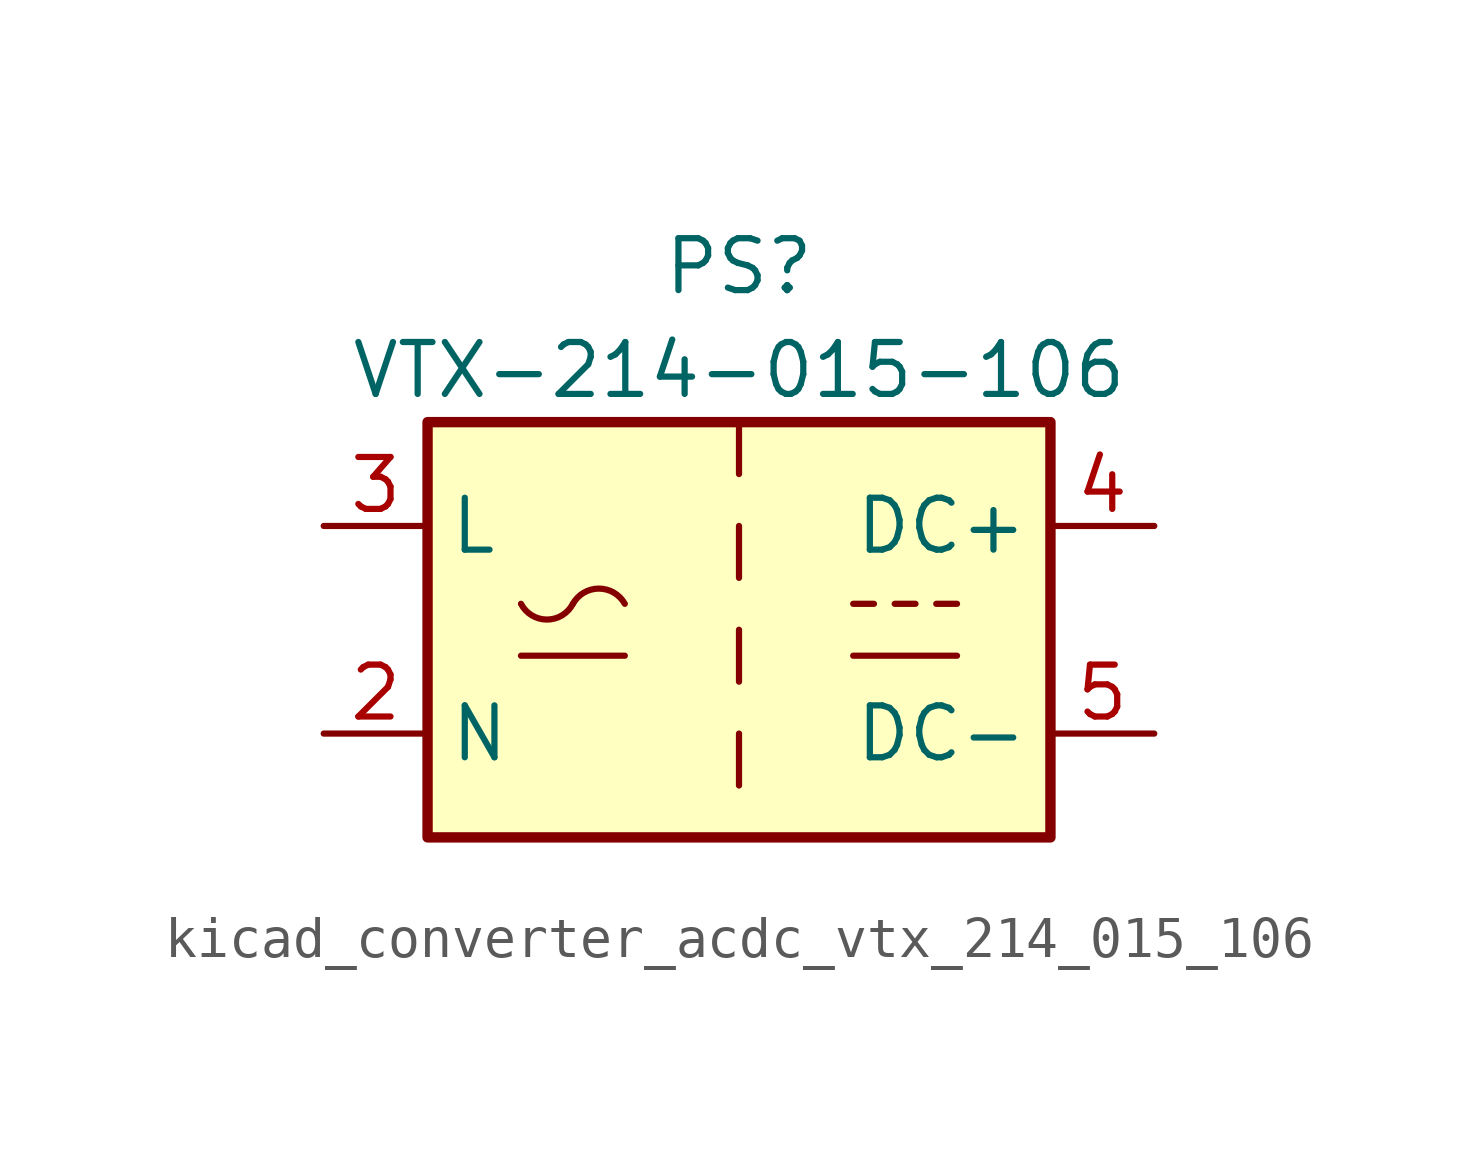
<source format=kicad_sym>
(kicad_symbol_lib
  (version 20220914)
  (generator kicad_symbol_editor)
  (symbol "kicad_converter_acdc_vtx_214_015_106"
    (property "Reference" "PS"
      (at 0 8.89 0)
      (effects (font (size 1.27 1.27))))
    (property "Value" "VTX-214-015-106"
      (at 0 6.35 0)
      (effects (font (size 1.27 1.27))))
    (symbol "kicad_converter_acdc_vtx_214_015_106_0_1"
      (rectangle (start -7.62 5.08) (end 7.62 -5.08) (stroke (width 0.254) (type default)) (fill (type background)))
      (arc (start -5.334 0.635) (mid -4.699 0.2495) (end -4.064 0.635) (stroke (width 0) (type default)) (fill (type none)))
      (arc (start -2.794 0.635) (mid -3.429 1.0072) (end -4.064 0.635) (stroke (width 0) (type default)) (fill (type none)))
      (polyline (pts (xy -5.334 -0.635) (xy -2.794 -0.635)) (stroke (width 0) (type default)) (fill (type none)))
      (polyline (pts (xy 2.794 -0.635) (xy 5.334 -0.635)) (stroke (width 0) (type default)) (fill (type none)))
      (polyline (pts (xy 2.794 0.635) (xy 3.302 0.635)) (stroke (width 0) (type default)) (fill (type none)))
      (polyline (pts (xy 3.81 0.635) (xy 4.318 0.635)) (stroke (width 0) (type default)) (fill (type none)))
      (polyline (pts (xy 4.826 0.635) (xy 5.334 0.635)) (stroke (width 0) (type default)) (fill (type none))))
    (symbol "kicad_converter_acdc_vtx_214_015_106_1_1"
      (polyline (pts (xy 0 -2.54) (xy 0 -3.81)) (stroke (width 0) (type default)) (fill (type none)))
      (polyline (pts (xy 0 0) (xy 0 -1.27)) (stroke (width 0) (type default)) (fill (type none)))
      (polyline (pts (xy 0 2.54) (xy 0 1.27)) (stroke (width 0) (type default)) (fill (type none)))
      (polyline (pts (xy 0 5.08) (xy 0 3.81)) (stroke (width 0) (type default)) (fill (type none)))
      (pin no_connect line (at 0 -5.08 90) (length 2.54) hide (name "FG" (effects (font (size 1.27 1.27)))) (number "1" (effects (font (size 1.27 1.27)))))
      (pin power_in line (at -10.16 -2.54 0) (length 2.54) (name "N" (effects (font (size 1.27 1.27)))) (number "2" (effects (font (size 1.27 1.27)))))
      (pin power_in line (at -10.16 2.54 0) (length 2.54) (name "L" (effects (font (size 1.27 1.27)))) (number "3" (effects (font (size 1.27 1.27)))))
      (pin power_out line (at 10.16 2.54 180) (length 2.54) (name "DC+" (effects (font (size 1.27 1.27)))) (number "4" (effects (font (size 1.27 1.27)))))
      (pin power_out line (at 10.16 -2.54 180) (length 2.54) (name "DC-" (effects (font (size 1.27 1.27)))) (number "5" (effects (font (size 1.27 1.27))))))))
</source>
